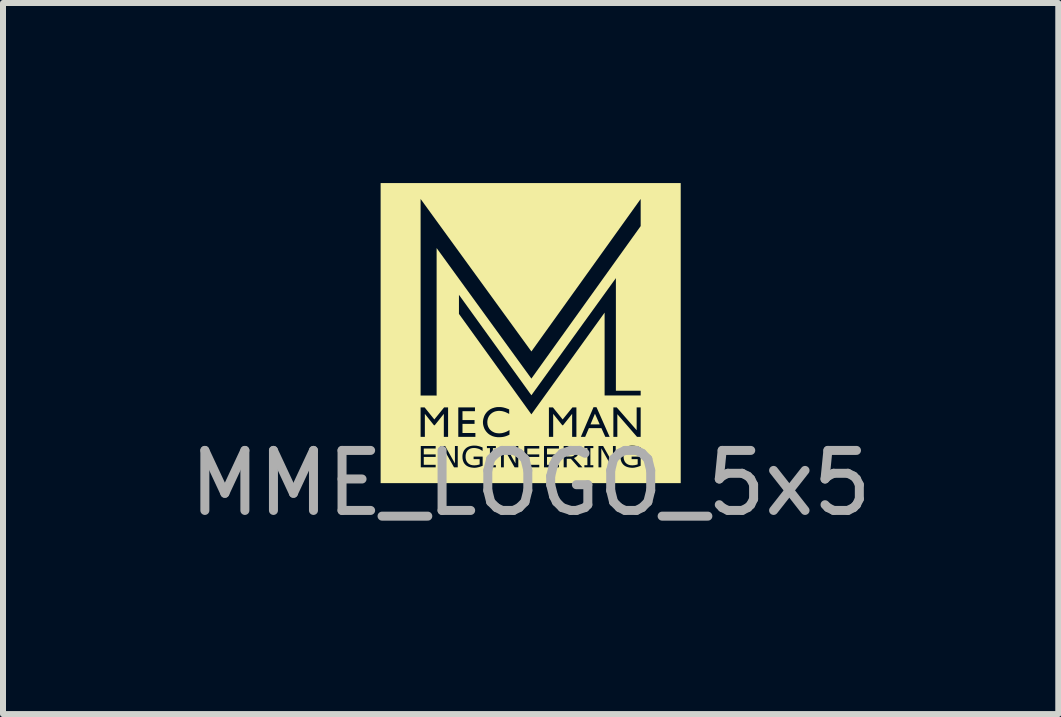
<source format=kicad_pcb>
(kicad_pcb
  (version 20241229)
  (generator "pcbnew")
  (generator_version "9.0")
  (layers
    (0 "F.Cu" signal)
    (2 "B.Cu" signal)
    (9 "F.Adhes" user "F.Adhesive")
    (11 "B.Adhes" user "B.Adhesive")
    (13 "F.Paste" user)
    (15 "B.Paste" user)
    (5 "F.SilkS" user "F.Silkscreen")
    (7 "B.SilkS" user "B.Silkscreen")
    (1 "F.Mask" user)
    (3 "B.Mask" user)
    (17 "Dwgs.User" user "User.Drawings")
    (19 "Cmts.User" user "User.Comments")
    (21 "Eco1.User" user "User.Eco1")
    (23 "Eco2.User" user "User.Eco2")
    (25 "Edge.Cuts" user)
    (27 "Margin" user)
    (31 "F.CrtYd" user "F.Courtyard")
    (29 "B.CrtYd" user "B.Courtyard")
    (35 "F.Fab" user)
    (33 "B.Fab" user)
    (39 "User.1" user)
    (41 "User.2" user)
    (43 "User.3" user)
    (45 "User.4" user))
  (footprint "MME_LOGO_5x5"
    (layer "F.Cu")
    (at 5.792 2.5)
    (property "Reference" "MME_LOGO_5x5" (at 0 -0.5 0) (unlocked yes) (layer "User.8") (effects (font (size 1 1) (thickness 0.15))))
    (attr smd)
    (fp_poly (pts (xy 1.15 1.521) (xy 0.997 1.521) (xy 1.071 1.343)) (stroke (width 0) (type solid)) (fill yes) (layer "F.SilkS"))
    (fp_poly (pts (xy 0.665 1.922) (xy 0.669 1.922) (xy 0.674 1.922) (xy 0.678 1.922) (xy 0.683 1.923) (xy 0.687 1.923) (xy 0.691 1.924) (xy 0.695 1.925) (xy 0.697 1.925) (xy 0.698 1.925) (xy 0.7 1.926) (xy 0.702 1.926) (xy 0.704 1.927) (xy 0.705 1.927) (xy 0.707 1.928) (xy 0.709 1.928) (xy 0.71 1.929) (xy 0.712 1.929) (xy 0.713 1.93) (xy 0.715 1.931) (xy 0.716 1.932) (xy 0.718 1.932) (xy 0.719 1.933) (xy 0.721 1.934) (xy 0.722 1.935) (xy 0.724 1.936) (xy 0.725 1.937) (xy 0.727 1.938) (xy 0.728 1.94) (xy 0.729 1.941) (xy 0.731 1.942) (xy 0.732 1.943) (xy 0.733 1.944) (xy 0.734 1.946) (xy 0.735 1.947) (xy 0.736 1.948) (xy 0.737 1.95) (xy 0.738 1.951) (xy 0.739 1.953) (xy 0.739 1.954) (xy 0.74 1.956) (xy 0.741 1.957) (xy 0.741 1.959) (xy 0.742 1.96) (xy 0.742 1.962) (xy 0.743 1.963) (xy 0.743 1.965) (xy 0.744 1.967) (xy 0.744 1.968) (xy 0.744 1.97) (xy 0.745 1.972) (xy 0.745 1.974) (xy 0.745 1.976) (xy 0.745 1.977) (xy 0.745 1.979) (xy 0.745 1.981) (xy 0.745 1.984) (xy 0.745 1.986) (xy 0.745 1.988) (xy 0.745 1.991) (xy 0.745 1.993) (xy 0.744 1.995) (xy 0.744 1.997) (xy 0.744 2) (xy 0.743 2.002) (xy 0.743 2.004) (xy 0.743 2.006) (xy 0.742 2.007) (xy 0.742 2.009) (xy 0.741 2.011) (xy 0.74 2.013) (xy 0.74 2.014) (xy 0.739 2.016) (xy 0.738 2.018) (xy 0.737 2.019) (xy 0.737 2.021) (xy 0.736 2.022) (xy 0.735 2.024) (xy 0.734 2.025) (xy 0.733 2.027) (xy 0.732 2.028) (xy 0.731 2.029) (xy 0.729 2.031) (xy 0.728 2.032) (xy 0.727 2.034) (xy 0.726 2.035) (xy 0.724 2.036) (xy 0.723 2.037) (xy 0.721 2.039) (xy 0.72 2.04) (xy 0.718 2.041) (xy 0.716 2.042) (xy 0.715 2.043) (xy 0.713 2.045) (xy 0.711 2.046) (xy 0.709 2.046) (xy 0.707 2.047) (xy 0.705 2.048) (xy 0.703 2.049) (xy 0.701 2.05) (xy 0.699 2.05) (xy 0.697 2.051) (xy 0.695 2.052) (xy 0.693 2.052) (xy 0.688 2.053) (xy 0.684 2.054) (xy 0.679 2.055) (xy 0.674 2.055) (xy 0.668 2.056) (xy 0.663 2.056) (xy 0.657 2.056) (xy 0.651 2.056) (xy 0.601 2.056) (xy 0.601 1.922) (xy 0.66 1.922)) (stroke (width 0) (type solid)) (fill yes) (layer "F.SilkS"))
    (fp_poly (pts (xy 2.5 2.5) (xy -2.5 2.5) (xy -2.5 2.237) (xy -1.831 2.237) (xy -1.583 2.237) (xy -1.503 2.237) (xy -1.456 2.237) (xy -1.456 1.919) (xy -1.277 2.237) (xy -1.215 2.237) (xy -1.215 2.059) (xy -1.137 2.059) (xy -1.136 2.064) (xy -1.136 2.07) (xy -1.136 2.076) (xy -1.136 2.081) (xy -1.135 2.087) (xy -1.135 2.092) (xy -1.134 2.097) (xy -1.133 2.102) (xy -1.132 2.107) (xy -1.131 2.112) (xy -1.13 2.117) (xy -1.129 2.122) (xy -1.127 2.127) (xy -1.126 2.131) (xy -1.124 2.136) (xy -1.122 2.14) (xy -1.12 2.145) (xy -1.119 2.149) (xy -1.117 2.153) (xy -1.114 2.157) (xy -1.112 2.161) (xy -1.11 2.165) (xy -1.108 2.168) (xy -1.105 2.172) (xy -1.103 2.176) (xy -1.1 2.179) (xy -1.097 2.182) (xy -1.094 2.186) (xy -1.091 2.189) (xy -1.088 2.192) (xy -1.085 2.195) (xy -1.082 2.198) (xy -1.079 2.201) (xy -1.075 2.204) (xy -1.072 2.206) (xy -1.068 2.209) (xy -1.065 2.211) (xy -1.061 2.214) (xy -1.057 2.216) (xy -1.053 2.218) (xy -1.05 2.22) (xy -1.045 2.222) (xy -1.041 2.224) (xy -1.037 2.226) (xy -1.033 2.228) (xy -1.028 2.229) (xy -1.024 2.231) (xy -1.019 2.232) (xy -1.01 2.235) (xy -1.001 2.237) (xy -0.991 2.239) (xy -0.981 2.241) (xy -0.971 2.242) (xy -0.96 2.243) (xy -0.95 2.244) (xy -0.939 2.244) (xy -0.93 2.244) (xy -0.921 2.243) (xy -0.913 2.243) (xy -0.904 2.242) (xy -0.895 2.24) (xy -0.886 2.238) (xy -0.879 2.237) (xy -0.106 2.237) (xy 0.143 2.237) (xy 0.222 2.237) (xy 0.471 2.237) (xy 0.55 2.237) (xy 0.601 2.237) (xy 0.601 2.095) (xy 0.671 2.095) (xy 0.797 2.237) (xy 0.863 2.237) (xy 0.863 2.237) (xy 1.13 2.237) (xy 1.177 2.237) (xy 1.177 1.919) (xy 1.355 2.237) (xy 1.417 2.237) (xy 1.417 2.059) (xy 1.496 2.059) (xy 1.496 2.064) (xy 1.497 2.07) (xy 1.497 2.076) (xy 1.497 2.081) (xy 1.498 2.087) (xy 1.498 2.092) (xy 1.499 2.097) (xy 1.5 2.102) (xy 1.501 2.107) (xy 1.502 2.112) (xy 1.503 2.117) (xy 1.504 2.122) (xy 1.506 2.127) (xy 1.507 2.131) (xy 1.509 2.136) (xy 1.51 2.14) (xy 1.512 2.145) (xy 1.514 2.149) (xy 1.516 2.153) (xy 1.518 2.157) (xy 1.521 2.161) (xy 1.523 2.165) (xy 1.525 2.168) (xy 1.528 2.172) (xy 1.53 2.176) (xy 1.533 2.179) (xy 1.536 2.182) (xy 1.538 2.186) (xy 1.541 2.189) (xy 1.544 2.192) (xy 1.548 2.195) (xy 1.551 2.198) (xy 1.554 2.201) (xy 1.557 2.204) (xy 1.561 2.206) (xy 1.564 2.209) (xy 1.568 2.211) (xy 1.572 2.214) (xy 1.575 2.216) (xy 1.579 2.218) (xy 1.583 2.22) (xy 1.587 2.222) (xy 1.591 2.224) (xy 1.596 2.226) (xy 1.6 2.228) (xy 1.604 2.229) (xy 1.609 2.231) (xy 1.613 2.232) (xy 1.623 2.235) (xy 1.632 2.237) (xy 1.642 2.239) (xy 1.652 2.241) (xy 1.662 2.242) (xy 1.673 2.243) (xy 1.683 2.244) (xy 1.694 2.244) (xy 1.703 2.244) (xy 1.711 2.243) (xy 1.72 2.243) (xy 1.729 2.242) (xy 1.738 2.24) (xy 1.747 2.238) (xy 1.756 2.236) (xy 1.765 2.234) (xy 1.774 2.232) (xy 1.783 2.229) (xy 1.792 2.226) (xy 1.8 2.223) (xy 1.809 2.22) (xy 1.817 2.217) (xy 1.825 2.214) (xy 1.833 2.211) (xy 1.833 2.058) (xy 1.682 2.058) (xy 1.682 2.1) (xy 1.783 2.1) (xy 1.783 2.187) (xy 1.778 2.189) (xy 1.773 2.19) (xy 1.768 2.192) (xy 1.763 2.193) (xy 1.758 2.195) (xy 1.752 2.196) (xy 1.746 2.197) (xy 1.74 2.199) (xy 1.734 2.2) (xy 1.728 2.201) (xy 1.722 2.201) (xy 1.716 2.202) (xy 1.71 2.202) (xy 1.704 2.203) (xy 1.698 2.203) (xy 1.692 2.203) (xy 1.684 2.203) (xy 1.676 2.202) (xy 1.668 2.202) (xy 1.66 2.201) (xy 1.653 2.199) (xy 1.646 2.198) (xy 1.639 2.196) (xy 1.633 2.194) (xy 1.626 2.191) (xy 1.62 2.188) (xy 1.614 2.185) (xy 1.608 2.182) (xy 1.602 2.178) (xy 1.597 2.174) (xy 1.592 2.169) (xy 1.587 2.165) (xy 1.582 2.16) (xy 1.578 2.155) (xy 1.574 2.149) (xy 1.57 2.144) (xy 1.567 2.138) (xy 1.564 2.132) (xy 1.561 2.125) (xy 1.558 2.119) (xy 1.556 2.112) (xy 1.554 2.105) (xy 1.552 2.097) (xy 1.551 2.09) (xy 1.55 2.082) (xy 1.549 2.074) (xy 1.549 2.066) (xy 1.548 2.057) (xy 1.549 2.049) (xy 1.549 2.041) (xy 1.55 2.034) (xy 1.551 2.026) (xy 1.552 2.019) (xy 1.554 2.012) (xy 1.556 2.005) (xy 1.558 1.999) (xy 1.56 1.992) (xy 1.563 1.986) (xy 1.566 1.98) (xy 1.569 1.974) (xy 1.573 1.969) (xy 1.577 1.963) (xy 1.581 1.958) (xy 1.585 1.953) (xy 1.59 1.949) (xy 1.595 1.944) (xy 1.6 1.94) (xy 1.605 1.937) (xy 1.611 1.933) (xy 1.617 1.93) (xy 1.623 1.927) (xy 1.629 1.925) (xy 1.635 1.922) (xy 1.642 1.92) (xy 1.649 1.919) (xy 1.656 1.917) (xy 1.663 1.916) (xy 1.67 1.916) (xy 1.678 1.915) (xy 1.686 1.915) (xy 1.693 1.915) (xy 1.699 1.915) (xy 1.706 1.916) (xy 1.712 1.916) (xy 1.718 1.917) (xy 1.724 1.918) (xy 1.73 1.919) (xy 1.736 1.92) (xy 1.741 1.921) (xy 1.747 1.923) (xy 1.752 1.924) (xy 1.757 1.925) (xy 1.762 1.927) (xy 1.767 1.929) (xy 1.771 1.93) (xy 1.776 1.932) (xy 1.779 1.934) (xy 1.783 1.935) (xy 1.786 1.937) (xy 1.79 1.939) (xy 1.794 1.941) (xy 1.798 1.943) (xy 1.801 1.945) (xy 1.805 1.948) (xy 1.812 1.952) (xy 1.815 1.954) (xy 1.818 1.956) (xy 1.821 1.958) (xy 1.823 1.96) (xy 1.826 1.961) (xy 1.828 1.963) (xy 1.832 1.963) (xy 1.832 1.907) (xy 1.823 1.902) (xy 1.813 1.899) (xy 1.804 1.895) (xy 1.795 1.892) (xy 1.786 1.889) (xy 1.777 1.886) (xy 1.768 1.884) (xy 1.76 1.882) (xy 1.751 1.88) (xy 1.743 1.879) (xy 1.735 1.877) (xy 1.727 1.876) (xy 1.719 1.876) (xy 1.71 1.875) (xy 1.702 1.875) (xy 1.694 1.875) (xy 1.694 1.875) (xy 1.694 1.875) (xy 1.694 1.875) (xy 1.694 1.875) (xy 1.683 1.875) (xy 1.672 1.875) (xy 1.661 1.876) (xy 1.651 1.878) (xy 1.64 1.879) (xy 1.631 1.882) (xy 1.621 1.884) (xy 1.612 1.887) (xy 1.603 1.89) (xy 1.594 1.894) (xy 1.586 1.898) (xy 1.578 1.902) (xy 1.57 1.907) (xy 1.563 1.912) (xy 1.556 1.918) (xy 1.549 1.924) (xy 1.543 1.93) (xy 1.537 1.937) (xy 1.531 1.944) (xy 1.526 1.951) (xy 1.521 1.958) (xy 1.517 1.966) (xy 1.513 1.974) (xy 1.509 1.982) (xy 1.506 1.991) (xy 1.504 2) (xy 1.501 2.009) (xy 1.5 2.018) (xy 1.498 2.028) (xy 1.497 2.038) (xy 1.496 2.048) (xy 1.496 2.059) (xy 1.417 2.059) (xy 1.417 1.881) (xy 1.371 1.881) (xy 1.371 2.172) (xy 1.207 1.881) (xy 1.13 1.881) (xy 1.13 2.237) (xy 0.863 2.237) (xy 0.863 2.237) (xy 0.895 2.237) (xy 1.044 2.237) (xy 1.044 2.201) (xy 0.995 2.201) (xy 0.995 1.917) (xy 1.044 1.917) (xy 1.044 1.881) (xy 0.895 1.881) (xy 0.895 1.917) (xy 0.945 1.917) (xy 0.945 2.201) (xy 0.895 2.201) (xy 0.895 2.237) (xy 0.863 2.237) (xy 0.721 2.081) (xy 0.725 2.08) (xy 0.729 2.078) (xy 0.734 2.076) (xy 0.738 2.074) (xy 0.742 2.072) (xy 0.745 2.07) (xy 0.749 2.067) (xy 0.753 2.065) (xy 0.756 2.063) (xy 0.76 2.06) (xy 0.763 2.057) (xy 0.766 2.055) (xy 0.769 2.052) (xy 0.772 2.049) (xy 0.775 2.046) (xy 0.777 2.042) (xy 0.78 2.039) (xy 0.782 2.036) (xy 0.784 2.032) (xy 0.786 2.029) (xy 0.788 2.025) (xy 0.79 2.021) (xy 0.791 2.017) (xy 0.793 2.013) (xy 0.794 2.009) (xy 0.795 2.005) (xy 0.796 2.001) (xy 0.796 1.996) (xy 0.797 1.992) (xy 0.797 1.987) (xy 0.798 1.983) (xy 0.798 1.978) (xy 0.798 1.974) (xy 0.797 1.971) (xy 0.797 1.968) (xy 0.797 1.964) (xy 0.797 1.961) (xy 0.796 1.958) (xy 0.795 1.955) (xy 0.795 1.952) (xy 0.794 1.949) (xy 0.793 1.946) (xy 0.792 1.943) (xy 0.791 1.941) (xy 0.79 1.938) (xy 0.789 1.936) (xy 0.787 1.933) (xy 0.786 1.931) (xy 0.785 1.929) (xy 0.783 1.926) (xy 0.781 1.924) (xy 0.78 1.922) (xy 0.778 1.92) (xy 0.776 1.918) (xy 0.774 1.916) (xy 0.772 1.914) (xy 0.77 1.912) (xy 0.768 1.91) (xy 0.766 1.908) (xy 0.764 1.907) (xy 0.761 1.905) (xy 0.759 1.903) (xy 0.757 1.902) (xy 0.754 1.9) (xy 0.752 1.899) (xy 0.749 1.898) (xy 0.747 1.896) (xy 0.745 1.895) (xy 0.742 1.894) (xy 0.74 1.893) (xy 0.737 1.892) (xy 0.735 1.891) (xy 0.732 1.89) (xy 0.729 1.889) (xy 0.727 1.889) (xy 0.724 1.888) (xy 0.721 1.887) (xy 0.719 1.886) (xy 0.713 1.885) (xy 0.707 1.884) (xy 0.701 1.883) (xy 0.694 1.883) (xy 0.687 1.882) (xy 0.68 1.882) (xy 0.672 1.881) (xy 0.664 1.881) (xy 0.656 1.881) (xy 0.55 1.881) (xy 0.55 2.237) (xy 0.471 2.237) (xy 0.471 2.195) (xy 0.272 2.195) (xy 0.272 2.063) (xy 0.471 2.063) (xy 0.471 2.021) (xy 0.272 2.021) (xy 0.272 1.923) (xy 0.471 1.923) (xy 0.471 1.881) (xy 0.222 1.881) (xy 0.222 2.237) (xy 0.143 2.237) (xy 0.143 2.195) (xy -0.056 2.195) (xy -0.056 2.063) (xy 0.143 2.063) (xy 0.143 2.021) (xy -0.056 2.021) (xy -0.056 1.923) (xy 0.143 1.923) (xy 0.143 1.881) (xy -0.106 1.881) (xy -0.106 2.237) (xy -0.879 2.237) (xy -0.879 2.237) (xy -0.494 2.237) (xy -0.447 2.237) (xy -0.447 1.919) (xy -0.268 2.237) (xy -0.206 2.237) (xy -0.206 1.881) (xy -0.253 1.881) (xy -0.253 2.172) (xy -0.416 1.881) (xy -0.494 1.881) (xy -0.494 2.237) (xy -0.879 2.237) (xy -0.877 2.236) (xy -0.868 2.234) (xy -0.859 2.232) (xy -0.85 2.229) (xy -0.841 2.226) (xy -0.833 2.223) (xy -0.824 2.22) (xy -0.816 2.217) (xy -0.808 2.214) (xy -0.8 2.211) (xy -0.8 2.058) (xy -0.951 2.058) (xy -0.951 2.1) (xy -0.85 2.1) (xy -0.85 2.187) (xy -0.855 2.189) (xy -0.859 2.19) (xy -0.864 2.192) (xy -0.87 2.193) (xy -0.875 2.195) (xy -0.881 2.196) (xy -0.887 2.197) (xy -0.893 2.199) (xy -0.899 2.2) (xy -0.905 2.201) (xy -0.911 2.201) (xy -0.917 2.202) (xy -0.923 2.202) (xy -0.929 2.203) (xy -0.935 2.203) (xy -0.941 2.203) (xy -0.949 2.203) (xy -0.957 2.202) (xy -0.965 2.202) (xy -0.972 2.201) (xy -0.98 2.199) (xy -0.987 2.198) (xy -0.994 2.196) (xy -1 2.194) (xy -1.007 2.191) (xy -1.013 2.188) (xy -1.019 2.185) (xy -1.025 2.182) (xy -1.03 2.178) (xy -1.036 2.174) (xy -1.041 2.169) (xy -1.046 2.165) (xy -1.05 2.16) (xy -1.055 2.155) (xy -1.059 2.149) (xy -1.063 2.144) (xy -1.066 2.138) (xy -1.069 2.132) (xy -1.072 2.125) (xy -1.075 2.119) (xy -1.077 2.112) (xy -1.079 2.105) (xy -1.081 2.097) (xy -1.082 2.09) (xy -1.083 2.082) (xy -1.084 2.074) (xy -1.084 2.066) (xy -1.084 2.057) (xy -1.084 2.049) (xy -1.084 2.041) (xy -1.083 2.034) (xy -1.082 2.026) (xy -1.081 2.019) (xy -1.079 2.012) (xy -1.077 2.005) (xy -1.075 1.999) (xy -1.073 1.992) (xy -1.07 1.986) (xy -1.067 1.98) (xy -1.064 1.974) (xy -1.06 1.969) (xy -1.056 1.963) (xy -1.052 1.958) (xy -1.048 1.953) (xy -1.043 1.949) (xy -1.038 1.944) (xy -1.033 1.94) (xy -1.027 1.937) (xy -1.022 1.933) (xy -1.016 1.93) (xy -1.01 1.927) (xy -1.004 1.925) (xy -0.998 1.922) (xy -0.991 1.92) (xy -0.984 1.919) (xy -0.977 1.917) (xy -0.97 1.916) (xy -0.963 1.916) (xy -0.955 1.915) (xy -0.947 1.915) (xy -0.94 1.915) (xy -0.934 1.915) (xy -0.927 1.916) (xy -0.921 1.916) (xy -0.914 1.917) (xy -0.908 1.918) (xy -0.903 1.919) (xy -0.897 1.92) (xy -0.892 1.921) (xy -0.886 1.923) (xy -0.881 1.924) (xy -0.876 1.925) (xy -0.871 1.927) (xy -0.866 1.929) (xy -0.862 1.93) (xy -0.857 1.932) (xy -0.854 1.934) (xy -0.85 1.935) (xy -0.846 1.937) (xy -0.843 1.939) (xy -0.839 1.941) (xy -0.835 1.943) (xy -0.832 1.945) (xy -0.828 1.948) (xy -0.821 1.952) (xy -0.818 1.954) (xy -0.815 1.956) (xy -0.812 1.958) (xy -0.809 1.96) (xy -0.807 1.961) (xy -0.805 1.963) (xy -0.801 1.963) (xy -0.801 1.917) (xy -0.729 1.917) (xy -0.679 1.917) (xy -0.679 2.201) (xy -0.729 2.201) (xy -0.729 2.237) (xy -0.58 2.237) (xy -0.58 2.201) (xy -0.629 2.201) (xy -0.629 1.917) (xy -0.58 1.917) (xy -0.58 1.881) (xy -0.729 1.881) (xy -0.729 1.917) (xy -0.801 1.917) (xy -0.801 1.907) (xy -0.81 1.902) (xy -0.82 1.899) (xy -0.829 1.895) (xy -0.838 1.892) (xy -0.847 1.889) (xy -0.856 1.886) (xy -0.864 1.884) (xy -0.873 1.882) (xy -0.881 1.88) (xy -0.89 1.879) (xy -0.898 1.877) (xy -0.906 1.876) (xy -0.914 1.876) (xy -0.922 1.875) (xy -0.931 1.875) (xy -0.939 1.875) (xy -0.939 1.875) (xy -0.95 1.875) (xy -0.961 1.875) (xy -0.972 1.876) (xy -0.982 1.878) (xy -0.992 1.879) (xy -1.002 1.882) (xy -1.012 1.884) (xy -1.021 1.887) (xy -1.03 1.89) (xy -1.039 1.894) (xy -1.047 1.898) (xy -1.055 1.902) (xy -1.063 1.907) (xy -1.07 1.912) (xy -1.077 1.918) (xy -1.084 1.924) (xy -1.09 1.93) (xy -1.096 1.937) (xy -1.102 1.944) (xy -1.107 1.951) (xy -1.112 1.958) (xy -1.116 1.966) (xy -1.12 1.974) (xy -1.123 1.982) (xy -1.126 1.991) (xy -1.129 2) (xy -1.131 2.009) (xy -1.133 2.018) (xy -1.135 2.028) (xy -1.136 2.038) (xy -1.136 2.048) (xy -1.137 2.059) (xy -1.215 2.059) (xy -1.215 1.881) (xy -1.262 1.881) (xy -1.262 2.172) (xy -1.425 1.881) (xy -1.503 1.881) (xy -1.503 2.237) (xy -1.583 2.237) (xy -1.583 2.195) (xy -1.781 2.195) (xy -1.781 2.063) (xy -1.583 2.063) (xy -1.583 2.021) (xy -1.781 2.021) (xy -1.781 1.923) (xy -1.583 1.923) (xy -1.583 1.881) (xy -1.831 1.881) (xy -1.831 2.237) (xy -2.5 2.237) (xy -2.5 1.238) (xy -1.834 1.238) (xy -1.834 1.729) (xy -1.763 1.729) (xy -1.763 1.347) (xy -1.762 1.347) (xy -1.611 1.536) (xy -1.599 1.536) (xy -1.448 1.347) (xy -1.447 1.347) (xy -1.447 1.729) (xy -1.376 1.729) (xy -1.376 1.238) (xy -1.206 1.238) (xy -1.206 1.729) (xy -0.921 1.729) (xy -0.921 1.665) (xy -1.136 1.665) (xy -1.136 1.513) (xy -0.935 1.513) (xy -0.935 1.49) (xy -0.795 1.49) (xy -0.794 1.51) (xy -0.791 1.53) (xy -0.786 1.551) (xy -0.779 1.572) (xy -0.771 1.593) (xy -0.76 1.613) (xy -0.753 1.623) (xy -0.747 1.633) (xy -0.739 1.642) (xy -0.732 1.651) (xy -0.723 1.66) (xy -0.714 1.669) (xy -0.705 1.677) (xy -0.695 1.685) (xy -0.684 1.692) (xy -0.673 1.699) (xy -0.661 1.705) (xy -0.649 1.711) (xy -0.636 1.717) (xy -0.623 1.721) (xy -0.609 1.725) (xy -0.594 1.729) (xy -0.579 1.731) (xy -0.564 1.733) (xy -0.547 1.735) (xy -0.53 1.735) (xy -0.516 1.735) (xy -0.502 1.734) (xy -0.489 1.733) (xy -0.477 1.732) (xy -0.465 1.73) (xy -0.456 1.729) (xy 0.304 1.729) (xy 0.375 1.729) (xy 0.375 1.347) (xy 0.376 1.347) (xy 0.527 1.536) (xy 0.539 1.536) (xy 0.69 1.347) (xy 0.691 1.347) (xy 0.691 1.729) (xy 0.762 1.729) (xy 0.762 1.729) (xy 0.836 1.729) (xy 0.908 1.729) (xy 1.378 1.729) (xy 1.444 1.729) (xy 1.444 1.351) (xy 1.772 1.729) (xy 1.833 1.729) (xy 1.833 1.238) (xy 1.766 1.238) (xy 1.766 1.618) (xy 1.434 1.238) (xy 1.378 1.238) (xy 1.378 1.729) (xy 0.908 1.729) (xy 0.97 1.584) (xy 1.179 1.584) (xy 1.244 1.729) (xy 1.316 1.729) (xy 1.097 1.235) (xy 1.047 1.235) (xy 0.836 1.729) (xy 0.762 1.729) (xy 0.762 1.238) (xy 0.696 1.238) (xy 0.533 1.439) (xy 0.371 1.238) (xy 0.304 1.238) (xy 0.304 1.729) (xy -0.456 1.729) (xy -0.453 1.728) (xy -0.442 1.726) (xy -0.431 1.723) (xy -0.42 1.72) (xy -0.41 1.717) (xy -0.4 1.713) (xy -0.39 1.709) (xy -0.38 1.705) (xy -0.371 1.701) (xy -0.362 1.697) (xy -0.353 1.692) (xy -0.353 1.615) (xy -0.363 1.621) (xy -0.374 1.628) (xy -0.384 1.633) (xy -0.395 1.639) (xy -0.406 1.644) (xy -0.416 1.648) (xy -0.427 1.652) (xy -0.438 1.656) (xy -0.449 1.659) (xy -0.46 1.662) (xy -0.471 1.665) (xy -0.481 1.667) (xy -0.492 1.668) (xy -0.503 1.669) (xy -0.513 1.67) (xy -0.524 1.67) (xy -0.535 1.67) (xy -0.545 1.669) (xy -0.556 1.668) (xy -0.566 1.667) (xy -0.576 1.665) (xy -0.586 1.663) (xy -0.595 1.66) (xy -0.605 1.657) (xy -0.613 1.653) (xy -0.622 1.649) (xy -0.63 1.645) (xy -0.638 1.64) (xy -0.646 1.635) (xy -0.653 1.63) (xy -0.661 1.624) (xy -0.667 1.618) (xy -0.674 1.612) (xy -0.68 1.605) (xy -0.685 1.599) (xy -0.691 1.591) (xy -0.695 1.584) (xy -0.7 1.576) (xy -0.704 1.568) (xy -0.708 1.56) (xy -0.711 1.551) (xy -0.714 1.542) (xy -0.717 1.533) (xy -0.719 1.524) (xy -0.72 1.514) (xy -0.721 1.504) (xy -0.722 1.494) (xy -0.722 1.484) (xy -0.722 1.474) (xy -0.721 1.464) (xy -0.72 1.454) (xy -0.718 1.445) (xy -0.716 1.436) (xy -0.714 1.427) (xy -0.711 1.418) (xy -0.707 1.409) (xy -0.704 1.401) (xy -0.7 1.393) (xy -0.695 1.385) (xy -0.69 1.377) (xy -0.685 1.37) (xy -0.679 1.363) (xy -0.673 1.356) (xy -0.667 1.35) (xy -0.66 1.344) (xy -0.653 1.338) (xy -0.645 1.332) (xy -0.638 1.327) (xy -0.63 1.322) (xy -0.622 1.318) (xy -0.613 1.314) (xy -0.605 1.31) (xy -0.596 1.307) (xy -0.586 1.304) (xy -0.577 1.302) (xy -0.567 1.3) (xy -0.557 1.298) (xy -0.547 1.297) (xy -0.537 1.296) (xy -0.527 1.296) (xy -0.516 1.296) (xy -0.506 1.297) (xy -0.495 1.298) (xy -0.485 1.299) (xy -0.474 1.301) (xy -0.464 1.303) (xy -0.454 1.306) (xy -0.443 1.309) (xy -0.433 1.312) (xy -0.423 1.316) (xy -0.412 1.32) (xy -0.402 1.325) (xy -0.391 1.33) (xy -0.38 1.335) (xy -0.369 1.341) (xy -0.358 1.347) (xy -0.358 1.272) (xy -0.37 1.267) (xy -0.382 1.262) (xy -0.394 1.258) (xy -0.405 1.254) (xy -0.416 1.25) (xy -0.427 1.247) (xy -0.438 1.244) (xy -0.448 1.241) (xy -0.458 1.239) (xy -0.468 1.237) (xy -0.478 1.235) (xy -0.488 1.234) (xy -0.497 1.233) (xy -0.507 1.232) (xy -0.516 1.232) (xy -0.526 1.232) (xy -0.54 1.232) (xy -0.555 1.233) (xy -0.569 1.234) (xy -0.582 1.237) (xy -0.596 1.239) (xy -0.609 1.243) (xy -0.621 1.247) (xy -0.634 1.251) (xy -0.646 1.256) (xy -0.657 1.261) (xy -0.669 1.267) (xy -0.68 1.274) (xy -0.69 1.281) (xy -0.7 1.289) (xy -0.71 1.296) (xy -0.719 1.305) (xy -0.728 1.314) (xy -0.736 1.323) (xy -0.744 1.333) (xy -0.751 1.343) (xy -0.758 1.353) (xy -0.764 1.364) (xy -0.77 1.375) (xy -0.775 1.387) (xy -0.779 1.399) (xy -0.783 1.411) (xy -0.787 1.424) (xy -0.79 1.436) (xy -0.792 1.449) (xy -0.794 1.463) (xy -0.795 1.477) (xy -0.795 1.49) (xy -0.935 1.49) (xy -0.935 1.449) (xy -1.136 1.449) (xy -1.136 1.301) (xy -0.928 1.301) (xy -0.928 1.238) (xy -1.206 1.238) (xy -1.376 1.238) (xy -1.442 1.238) (xy -1.605 1.439) (xy -1.767 1.238) (xy -1.834 1.238) (xy -2.5 1.238) (xy -2.5 1.04) (xy -1.834 1.04) (xy -1.567 1.041) (xy -1.567 -0.32) (xy -1.195 -0.32) (xy 0.012 1.354) (xy 1.232 -0.341) (xy 1.232 1.039) (xy 1.833 1.039) (xy 1.833 0.96) (xy 1.42 0.96) (xy 1.42 -0.916) (xy 0.012 1.036) (xy -1.195 -0.638) (xy -1.195 -0.32) (xy -1.567 -0.32) (xy -1.567 -1.417) (xy 0.012 0.758) (xy 1.833 -1.783) (xy 1.833 -2.235) (xy 0.012 0.306) (xy -1.834 -2.235) (xy -1.834 1.04) (xy -2.5 1.04) (xy -2.5 -2.5) (xy 2.5 -2.5)) (stroke (width 0) (type solid)) (fill yes) (layer "F.SilkS"))
    (fp_text user "${REFERENCE}" (at 0 2.5 0) (unlocked yes) (layer "F.Fab") (effects (font (size 1 1) (thickness 0.15)))))
  (gr_rect
    (start -3 -3)
    (end 14.583 8.848)
    (stroke (width 0.1) (type default))
    (fill no)
    (layer "Edge.Cuts")))
</source>
